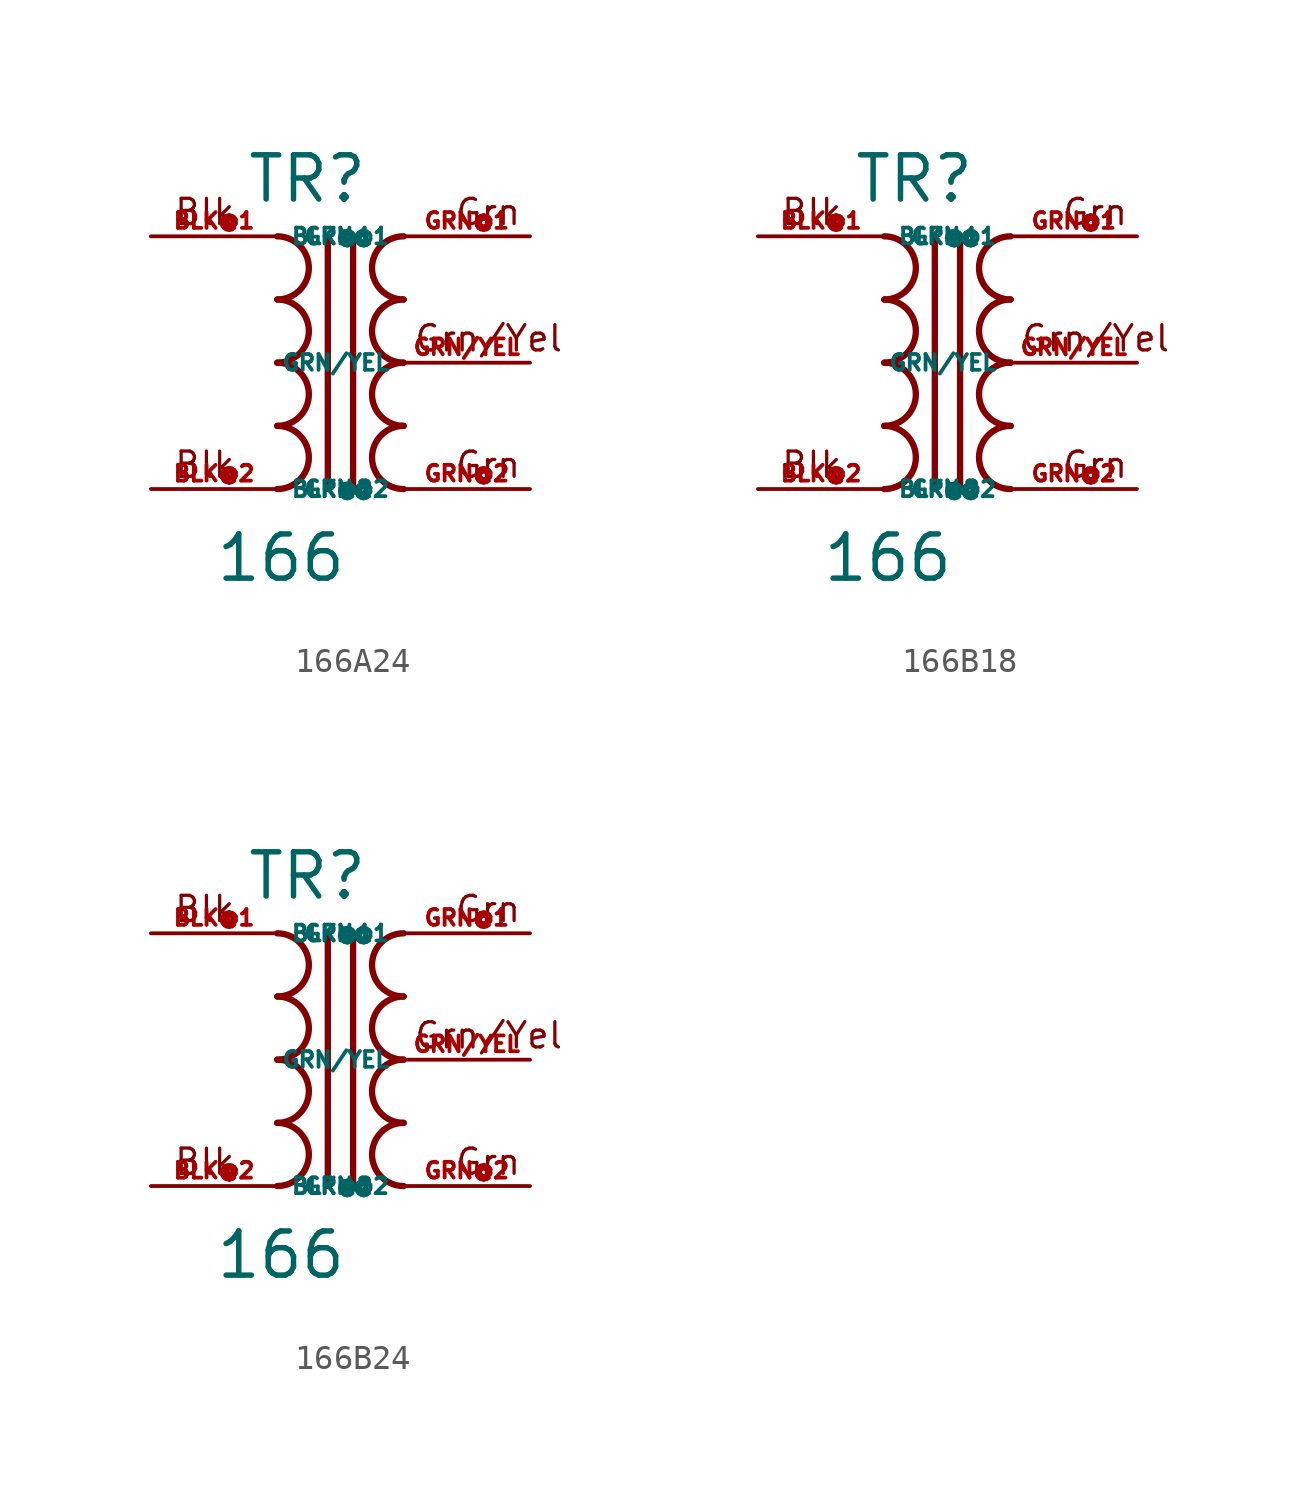
<source format=kicad_sym>
(kicad_symbol_lib
  (version 20220914)
  (generator Eagle2Kicad)
  (symbol "166A24"
    (property "Reference" "TR"
      (at -3.81 6.35 0)
      (effects (font (size 1.778 1.778) (thickness 0.22)) (justify left bottom)))
    (property "Value" "166"
      (at -5.08 -8.89 0)
      (effects (font (size 1.778 1.778) (thickness 0.22)) (justify left bottom)))
    (polyline
      (pts (xy -0.508 5.08) (xy -0.508 -5.08))
      (stroke (width 0.254) (type default))
      (fill (type none)))
    (arc
      (start -2.54 0)
      (mid -1.270 1.270)
      (end -2.54 2.54)
      (stroke (width 0.254) (type default))
      (fill (type none)))
    (arc
      (start -2.54 -2.54)
      (mid -1.270 -1.270)
      (end -2.54 0)
      (stroke (width 0.254) (type default))
      (fill (type none)))
    (arc
      (start -2.54 -5.08)
      (mid -1.270 -3.810)
      (end -2.54 -2.54)
      (stroke (width 0.254) (type default))
      (fill (type none)))
    (arc
      (start -2.54 2.54)
      (mid -1.270 3.810)
      (end -2.54 5.08)
      (stroke (width 0.254) (type default))
      (fill (type none)))
    (arc
      (start 2.54 2.54)
      (mid 1.270 1.270)
      (end 2.54 0)
      (stroke (width 0.254) (type default))
      (fill (type none)))
    (arc
      (start 2.54 5.08)
      (mid 1.270 3.810)
      (end 2.54 2.54)
      (stroke (width 0.254) (type default))
      (fill (type none)))
    (arc
      (start 2.54 0)
      (mid 1.270 -1.270)
      (end 2.54 -2.54)
      (stroke (width 0.254) (type default))
      (fill (type none)))
    (arc
      (start 2.54 -2.54)
      (mid 1.270 -3.810)
      (end 2.54 -5.08)
      (stroke (width 0.254) (type default))
      (fill (type none)))
    (polyline
      (pts (xy 0.508 5.08) (xy 0.508 -5.08))
      (stroke (width 0.254) (type default))
      (fill (type none)))
    (text "Blk"
      (at -6.731 5.461 0)
      (effects (font (size 1.016 1.016) (thickness 0.13)) (justify left bottom)))
    (text "Blk"
      (at -6.731 -4.699 0)
      (effects (font (size 1.016 1.016) (thickness 0.13)) (justify left bottom)))
    (text "Grn"
      (at 4.572 5.461 0)
      (effects (font (size 1.016 1.016) (thickness 0.13)) (justify left bottom)))
    (text "Grn"
      (at 4.572 -4.699 0)
      (effects (font (size 1.016 1.016) (thickness 0.13)) (justify left bottom)))
    (text "Grn/Yel"
      (at 2.921 0.381 0)
      (effects (font (size 1.016 1.016) (thickness 0.13)) (justify left bottom)))
    (pin passive line
      (at -7.62 5.08 0)
      (length 5.08)
      (name "BLK@1" (effects (font (size 0.635 0.635) (thickness 0.08)) (justify left bottom)))
      (number "BLK@1" (effects (font (size 0.635 0.635) (thickness 0.08)) (justify left bottom))))
    (pin passive line
      (at -7.62 -5.08 0)
      (length 5.08)
      (name "BLK@2" (effects (font (size 0.635 0.635) (thickness 0.08)) (justify left bottom)))
      (number "BLK@2" (effects (font (size 0.635 0.635) (thickness 0.08)) (justify left bottom))))
    (pin passive line
      (at 7.62 5.08 180)
      (length 5.08)
      (name "GRN@1" (effects (font (size 0.635 0.635) (thickness 0.08)) (justify left bottom)))
      (number "GRN@1" (effects (font (size 0.635 0.635) (thickness 0.08)) (justify left bottom))))
    (pin passive line
      (at 7.62 0 180)
      (length 5.08)
      (name "GRN/YEL" (effects (font (size 0.635 0.635) (thickness 0.08)) (justify left bottom)))
      (number "GRN/YEL" (effects (font (size 0.635 0.635) (thickness 0.08)) (justify left bottom))))
    (pin passive line
      (at 7.62 -5.08 180)
      (length 5.08)
      (name "GRN@2" (effects (font (size 0.635 0.635) (thickness 0.08)) (justify left bottom)))
      (number "GRN@2" (effects (font (size 0.635 0.635) (thickness 0.08)) (justify left bottom)))))
  (symbol "166B18"
    (property "Reference" "TR"
      (at -3.81 6.35 0)
      (effects (font (size 1.778 1.778) (thickness 0.22)) (justify left bottom)))
    (property "Value" "166"
      (at -5.08 -8.89 0)
      (effects (font (size 1.778 1.778) (thickness 0.22)) (justify left bottom)))
    (polyline
      (pts (xy -0.508 5.08) (xy -0.508 -5.08))
      (stroke (width 0.254) (type default))
      (fill (type none)))
    (arc
      (start -2.54 0)
      (mid -1.270 1.270)
      (end -2.54 2.54)
      (stroke (width 0.254) (type default))
      (fill (type none)))
    (arc
      (start -2.54 -2.54)
      (mid -1.270 -1.270)
      (end -2.54 0)
      (stroke (width 0.254) (type default))
      (fill (type none)))
    (arc
      (start -2.54 -5.08)
      (mid -1.270 -3.810)
      (end -2.54 -2.54)
      (stroke (width 0.254) (type default))
      (fill (type none)))
    (arc
      (start -2.54 2.54)
      (mid -1.270 3.810)
      (end -2.54 5.08)
      (stroke (width 0.254) (type default))
      (fill (type none)))
    (arc
      (start 2.54 2.54)
      (mid 1.270 1.270)
      (end 2.54 0)
      (stroke (width 0.254) (type default))
      (fill (type none)))
    (arc
      (start 2.54 5.08)
      (mid 1.270 3.810)
      (end 2.54 2.54)
      (stroke (width 0.254) (type default))
      (fill (type none)))
    (arc
      (start 2.54 0)
      (mid 1.270 -1.270)
      (end 2.54 -2.54)
      (stroke (width 0.254) (type default))
      (fill (type none)))
    (arc
      (start 2.54 -2.54)
      (mid 1.270 -3.810)
      (end 2.54 -5.08)
      (stroke (width 0.254) (type default))
      (fill (type none)))
    (polyline
      (pts (xy 0.508 5.08) (xy 0.508 -5.08))
      (stroke (width 0.254) (type default))
      (fill (type none)))
    (text "Blk"
      (at -6.731 5.461 0)
      (effects (font (size 1.016 1.016) (thickness 0.13)) (justify left bottom)))
    (text "Blk"
      (at -6.731 -4.699 0)
      (effects (font (size 1.016 1.016) (thickness 0.13)) (justify left bottom)))
    (text "Grn"
      (at 4.572 5.461 0)
      (effects (font (size 1.016 1.016) (thickness 0.13)) (justify left bottom)))
    (text "Grn"
      (at 4.572 -4.699 0)
      (effects (font (size 1.016 1.016) (thickness 0.13)) (justify left bottom)))
    (text "Grn/Yel"
      (at 2.921 0.381 0)
      (effects (font (size 1.016 1.016) (thickness 0.13)) (justify left bottom)))
    (pin passive line
      (at -7.62 5.08 0)
      (length 5.08)
      (name "BLK@1" (effects (font (size 0.635 0.635) (thickness 0.08)) (justify left bottom)))
      (number "BLK@1" (effects (font (size 0.635 0.635) (thickness 0.08)) (justify left bottom))))
    (pin passive line
      (at -7.62 -5.08 0)
      (length 5.08)
      (name "BLK@2" (effects (font (size 0.635 0.635) (thickness 0.08)) (justify left bottom)))
      (number "BLK@2" (effects (font (size 0.635 0.635) (thickness 0.08)) (justify left bottom))))
    (pin passive line
      (at 7.62 5.08 180)
      (length 5.08)
      (name "GRN@1" (effects (font (size 0.635 0.635) (thickness 0.08)) (justify left bottom)))
      (number "GRN@1" (effects (font (size 0.635 0.635) (thickness 0.08)) (justify left bottom))))
    (pin passive line
      (at 7.62 0 180)
      (length 5.08)
      (name "GRN/YEL" (effects (font (size 0.635 0.635) (thickness 0.08)) (justify left bottom)))
      (number "GRN/YEL" (effects (font (size 0.635 0.635) (thickness 0.08)) (justify left bottom))))
    (pin passive line
      (at 7.62 -5.08 180)
      (length 5.08)
      (name "GRN@2" (effects (font (size 0.635 0.635) (thickness 0.08)) (justify left bottom)))
      (number "GRN@2" (effects (font (size 0.635 0.635) (thickness 0.08)) (justify left bottom)))))
  (symbol "166B24"
    (property "Reference" "TR"
      (at -3.81 6.35 0)
      (effects (font (size 1.778 1.778) (thickness 0.22)) (justify left bottom)))
    (property "Value" "166"
      (at -5.08 -8.89 0)
      (effects (font (size 1.778 1.778) (thickness 0.22)) (justify left bottom)))
    (polyline
      (pts (xy -0.508 5.08) (xy -0.508 -5.08))
      (stroke (width 0.254) (type default))
      (fill (type none)))
    (arc
      (start -2.54 0)
      (mid -1.270 1.270)
      (end -2.54 2.54)
      (stroke (width 0.254) (type default))
      (fill (type none)))
    (arc
      (start -2.54 -2.54)
      (mid -1.270 -1.270)
      (end -2.54 0)
      (stroke (width 0.254) (type default))
      (fill (type none)))
    (arc
      (start -2.54 -5.08)
      (mid -1.270 -3.810)
      (end -2.54 -2.54)
      (stroke (width 0.254) (type default))
      (fill (type none)))
    (arc
      (start -2.54 2.54)
      (mid -1.270 3.810)
      (end -2.54 5.08)
      (stroke (width 0.254) (type default))
      (fill (type none)))
    (arc
      (start 2.54 2.54)
      (mid 1.270 1.270)
      (end 2.54 0)
      (stroke (width 0.254) (type default))
      (fill (type none)))
    (arc
      (start 2.54 5.08)
      (mid 1.270 3.810)
      (end 2.54 2.54)
      (stroke (width 0.254) (type default))
      (fill (type none)))
    (arc
      (start 2.54 0)
      (mid 1.270 -1.270)
      (end 2.54 -2.54)
      (stroke (width 0.254) (type default))
      (fill (type none)))
    (arc
      (start 2.54 -2.54)
      (mid 1.270 -3.810)
      (end 2.54 -5.08)
      (stroke (width 0.254) (type default))
      (fill (type none)))
    (polyline
      (pts (xy 0.508 5.08) (xy 0.508 -5.08))
      (stroke (width 0.254) (type default))
      (fill (type none)))
    (text "Blk"
      (at -6.731 5.461 0)
      (effects (font (size 1.016 1.016) (thickness 0.13)) (justify left bottom)))
    (text "Blk"
      (at -6.731 -4.699 0)
      (effects (font (size 1.016 1.016) (thickness 0.13)) (justify left bottom)))
    (text "Grn"
      (at 4.572 5.461 0)
      (effects (font (size 1.016 1.016) (thickness 0.13)) (justify left bottom)))
    (text "Grn"
      (at 4.572 -4.699 0)
      (effects (font (size 1.016 1.016) (thickness 0.13)) (justify left bottom)))
    (text "Grn/Yel"
      (at 2.921 0.381 0)
      (effects (font (size 1.016 1.016) (thickness 0.13)) (justify left bottom)))
    (pin passive line
      (at -7.62 5.08 0)
      (length 5.08)
      (name "BLK@1" (effects (font (size 0.635 0.635) (thickness 0.08)) (justify left bottom)))
      (number "BLK@1" (effects (font (size 0.635 0.635) (thickness 0.08)) (justify left bottom))))
    (pin passive line
      (at -7.62 -5.08 0)
      (length 5.08)
      (name "BLK@2" (effects (font (size 0.635 0.635) (thickness 0.08)) (justify left bottom)))
      (number "BLK@2" (effects (font (size 0.635 0.635) (thickness 0.08)) (justify left bottom))))
    (pin passive line
      (at 7.62 5.08 180)
      (length 5.08)
      (name "GRN@1" (effects (font (size 0.635 0.635) (thickness 0.08)) (justify left bottom)))
      (number "GRN@1" (effects (font (size 0.635 0.635) (thickness 0.08)) (justify left bottom))))
    (pin passive line
      (at 7.62 0 180)
      (length 5.08)
      (name "GRN/YEL" (effects (font (size 0.635 0.635) (thickness 0.08)) (justify left bottom)))
      (number "GRN/YEL" (effects (font (size 0.635 0.635) (thickness 0.08)) (justify left bottom))))
    (pin passive line
      (at 7.62 -5.08 180)
      (length 5.08)
      (name "GRN@2" (effects (font (size 0.635 0.635) (thickness 0.08)) (justify left bottom)))
      (number "GRN@2" (effects (font (size 0.635 0.635) (thickness 0.08)) (justify left bottom))))))
</source>
